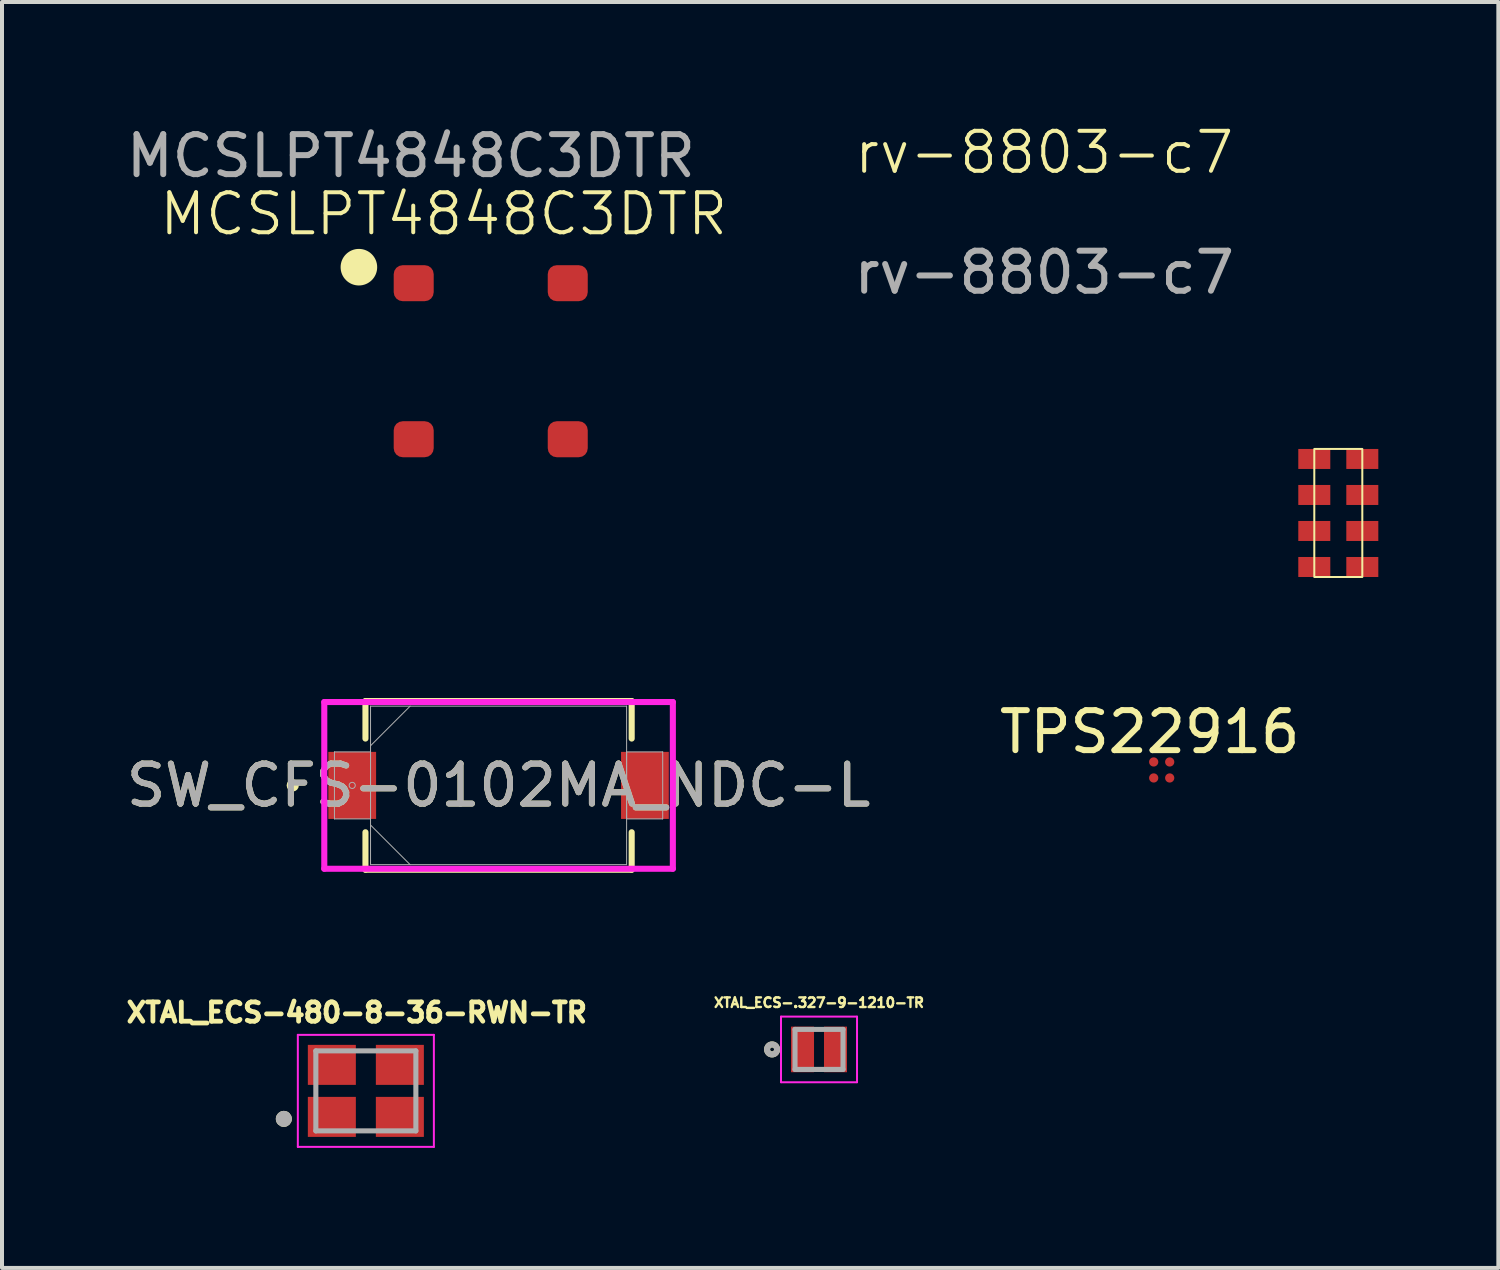
<source format=kicad_pcb>
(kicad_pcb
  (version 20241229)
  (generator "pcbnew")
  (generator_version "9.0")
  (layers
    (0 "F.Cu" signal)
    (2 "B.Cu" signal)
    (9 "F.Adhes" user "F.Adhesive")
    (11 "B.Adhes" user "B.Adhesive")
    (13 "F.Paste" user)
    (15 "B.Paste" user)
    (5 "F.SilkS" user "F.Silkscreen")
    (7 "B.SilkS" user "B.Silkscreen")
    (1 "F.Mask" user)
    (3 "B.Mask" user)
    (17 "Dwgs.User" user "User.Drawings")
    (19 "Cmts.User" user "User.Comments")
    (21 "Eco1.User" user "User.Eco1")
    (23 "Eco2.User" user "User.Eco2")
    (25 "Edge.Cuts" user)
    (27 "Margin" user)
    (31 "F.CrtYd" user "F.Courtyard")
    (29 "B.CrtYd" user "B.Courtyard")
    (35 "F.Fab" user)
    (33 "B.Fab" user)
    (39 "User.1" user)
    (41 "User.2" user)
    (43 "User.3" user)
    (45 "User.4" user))
  (footprint "XTAL_ECS-.327-9-1210-TR"
    (layer "F.Cu")
    (at 17.42 23.179)
    (property "Reference" "XTAL_ECS-.327-9-1210-TR" (at 0 -1.169 0) (layer "F.SilkS") (effects (font (size 0.24 0.24) (thickness 0.06))))
    (attr smd)
    (fp_circle (center -1.173 0) (end -1.123 0) (stroke (width 0.15) (type solid)) (fill no) (layer "F.SilkS"))
    (fp_line (start -0.95 -0.82) (end -0.95 0.82) (stroke (width 0.05) (type solid)) (layer "F.CrtYd"))
    (fp_line (start -0.95 0.82) (end 0.95 0.82) (stroke (width 0.05) (type solid)) (layer "F.CrtYd"))
    (fp_line (start 0.95 -0.82) (end -0.95 -0.82) (stroke (width 0.05) (type solid)) (layer "F.CrtYd"))
    (fp_line (start 0.95 0.82) (end 0.95 -0.82) (stroke (width 0.05) (type solid)) (layer "F.CrtYd"))
    (fp_line (start -0.6 -0.5) (end 0.6 -0.5) (stroke (width 0.127) (type solid)) (layer "F.Fab"))
    (fp_line (start -0.6 0.5) (end -0.6 -0.5) (stroke (width 0.127) (type solid)) (layer "F.Fab"))
    (fp_line (start 0.6 -0.5) (end 0.6 0.5) (stroke (width 0.127) (type solid)) (layer "F.Fab"))
    (fp_line (start 0.6 0.5) (end -0.6 0.5) (stroke (width 0.127) (type solid)) (layer "F.Fab"))
    (fp_circle (center -1.173 0) (end -1.123 0) (stroke (width 0.15) (type solid)) (fill no) (layer "F.Fab"))
    (pad "1" smd rect (at -0.412 0) (size 0.575 1.14) (layers "F.Cu" "F.Mask" "F.Paste"))
    (pad "2" smd rect (at 0.412 0) (size 0.575 1.14) (layers "F.Cu" "F.Mask" "F.Paste")))
  (footprint "TPS22916"
    (layer "F.Cu")
    (at 25.595 15.794)
    (property "Reference" "TPS22916" (at 0.09 -0.55 0) (layer "F.SilkS") (effects (font (size 1 1) (thickness 0.15))))
    (attr through_hole)
    (pad "A1" smd circle (at 0.19 0.2) (size 0.23 0.23) (layers "F.Cu" "F.Mask" "F.Paste"))
    (pad "A2" smd circle (at 0.59 0.2) (size 0.23 0.23) (layers "F.Cu" "F.Mask" "F.Paste"))
    (pad "B1" smd circle (at 0.19 0.6) (size 0.23 0.23) (layers "F.Cu" "F.Mask" "F.Paste"))
    (pad "B2" smd circle (at 0.59 0.6) (size 0.23 0.23) (layers "F.Cu" "F.Mask" "F.Paste")))
  (footprint "SW_CFS-0102MA_NDC-L"
    (layer "F.Cu")
    (at 9.411 16.58)
    (property "Reference" "SW_CFS-0102MA_NDC-L" (at 0 0 0) (unlocked yes) (layer "F.SilkS") (effects (font (size 1 1) (thickness 0.15))))
    (attr smd)
    (fp_line (start -3.327 -2.108) (end -3.327 -1.171) (stroke (width 0.152) (type solid)) (layer "F.SilkS"))
    (fp_line (start -3.327 1.171) (end -3.327 2.108) (stroke (width 0.152) (type solid)) (layer "F.SilkS"))
    (fp_line (start -3.327 2.108) (end 3.327 2.108) (stroke (width 0.152) (type solid)) (layer "F.SilkS"))
    (fp_line (start 3.327 -2.108) (end -3.327 -2.108) (stroke (width 0.152) (type solid)) (layer "F.SilkS"))
    (fp_line (start 3.327 -1.171) (end 3.327 -2.108) (stroke (width 0.152) (type solid)) (layer "F.SilkS"))
    (fp_line (start 3.327 2.108) (end 3.327 1.171) (stroke (width 0.152) (type solid)) (layer "F.SilkS"))
    (fp_circle (center -5.144 0) (end -5.067 0) (stroke (width 0.152) (type solid)) (fill no) (layer "F.SilkS"))
    (fp_line (start -4.356 -2.083) (end 4.356 -2.083) (stroke (width 0.152) (type solid)) (layer "F.CrtYd"))
    (fp_line (start -4.356 2.083) (end -4.356 -2.083) (stroke (width 0.152) (type solid)) (layer "F.CrtYd"))
    (fp_line (start 4.356 -2.083) (end 4.356 2.083) (stroke (width 0.152) (type solid)) (layer "F.CrtYd"))
    (fp_line (start 4.356 2.083) (end -4.356 2.083) (stroke (width 0.152) (type solid)) (layer "F.CrtYd"))
    (fp_line (start -4.102 -0.838) (end -4.102 0.838) (stroke (width 0.025) (type solid)) (layer "F.Fab"))
    (fp_line (start -4.102 0.838) (end -3.2 0.838) (stroke (width 0.025) (type solid)) (layer "F.Fab"))
    (fp_line (start -3.2 -1.981) (end -3.2 1.981) (stroke (width 0.025) (type solid)) (layer "F.Fab"))
    (fp_line (start -3.2 -0.991) (end -2.21 -1.981) (stroke (width 0.025) (type solid)) (layer "F.Fab"))
    (fp_line (start -3.2 -0.838) (end -4.102 -0.838) (stroke (width 0.025) (type solid)) (layer "F.Fab"))
    (fp_line (start -3.2 0.838) (end -3.2 -0.838) (stroke (width 0.025) (type solid)) (layer "F.Fab"))
    (fp_line (start -3.2 0.991) (end -2.21 1.981) (stroke (width 0.025) (type solid)) (layer "F.Fab"))
    (fp_line (start -3.2 1.981) (end 3.2 1.981) (stroke (width 0.025) (type solid)) (layer "F.Fab"))
    (fp_line (start 3.2 -1.981) (end -3.2 -1.981) (stroke (width 0.025) (type solid)) (layer "F.Fab"))
    (fp_line (start 3.2 -0.838) (end 3.2 0.838) (stroke (width 0.025) (type solid)) (layer "F.Fab"))
    (fp_line (start 3.2 0.838) (end 4.102 0.838) (stroke (width 0.025) (type solid)) (layer "F.Fab"))
    (fp_line (start 3.2 1.981) (end 3.2 -1.981) (stroke (width 0.025) (type solid)) (layer "F.Fab"))
    (fp_line (start 4.102 -0.838) (end 3.2 -0.838) (stroke (width 0.025) (type solid)) (layer "F.Fab"))
    (fp_line (start 4.102 0.838) (end 4.102 -0.838) (stroke (width 0.025) (type solid)) (layer "F.Fab"))
    (fp_circle (center -3.658 0) (end -3.581 0) (stroke (width 0.025) (type solid)) (fill no) (layer "F.Fab"))
    (fp_text user "${REFERENCE}" (at 0 0 0) (unlocked yes) (layer "F.Fab") (effects (font (size 1 1) (thickness 0.15))))
    (pad "1" smd rect (at -3.658 0) (size 1.194 1.676) (layers "F.Cu" "F.Mask" "F.Paste"))
    (pad "2" smd rect (at 3.658 0) (size 1.194 1.676) (layers "F.Cu" "F.Mask" "F.Paste"))
    (zone (net_name "") (layer "F.Cu") (hatch full 0.508) (connect_pads) (min_thickness 0.254) (filled_areas_thickness no) (keepout (tracks not_allowed) (vias not_allowed) (pads allowed) (copperpour not_allowed) (footprints allowed)) (placement (enabled no)) (fill) (polygon (pts (xy 6.401 14.649) (xy 12.421 14.649) (xy 12.421 18.51) (xy 6.401 18.51)))))
  (footprint "rv-8803-c7"
    (layer "F.Cu")
    (at 29.799 8.421)
    (property "Reference" "rv-8803-c7" (at -6.75 -7.66 0) (unlocked yes) (layer "F.SilkS") (effects (font (size 1 1) (thickness 0.1))))
    (attr smd)
    (fp_rect (start 0 -0.25) (end 1.2 2.95) (stroke (width 0.05) (type default)) (fill no) (layer "F.SilkS"))
    (fp_text user "${REFERENCE}" (at -6.75 -4.66 0) (unlocked yes) (layer "F.Fab") (effects (font (size 1 1) (thickness 0.15))))
    (pad "1" smd rect (at 0 0) (size 0.8 0.5) (layers "F.Cu" "F.Mask" "F.Paste"))
    (pad "2" smd rect (at 0 0.9) (size 0.8 0.5) (layers "F.Cu" "F.Mask" "F.Paste"))
    (pad "3" smd rect (at 0 1.8) (size 0.8 0.5) (layers "F.Cu" "F.Mask" "F.Paste"))
    (pad "4" smd rect (at 0 2.7) (size 0.8 0.5) (layers "F.Cu" "F.Mask" "F.Paste"))
    (pad "5" smd rect (at 1.2 2.7) (size 0.8 0.5) (layers "F.Cu" "F.Mask" "F.Paste"))
    (pad "6" smd rect (at 1.2 1.8) (size 0.8 0.5) (layers "F.Cu" "F.Mask" "F.Paste"))
    (pad "7" smd rect (at 1.2 0.9) (size 0.8 0.5) (layers "F.Cu" "F.Mask" "F.Paste"))
    (pad "8" smd rect (at 1.2 0) (size 0.8 0.5) (layers "F.Cu" "F.Mask" "F.Paste")))
  (footprint "XTAL_ECS-480-8-36-RWN-TR"
    (layer "F.Cu")
    (at 6.094 24.215)
    (property "Reference" "XTAL_ECS-480-8-36-RWN-TR" (at -0.226 -1.958 180) (layer "F.SilkS") (effects (font (size 0.481 0.481) (thickness 0.12))))
    (attr smd)
    (fp_circle (center -2.05 0.7) (end -1.95 0.7) (stroke (width 0.2) (type solid)) (fill no) (layer "F.SilkS"))
    (fp_line (start -1.7 -1.4) (end -1.7 1.4) (stroke (width 0.05) (type solid)) (layer "F.CrtYd"))
    (fp_line (start -1.7 1.4) (end 1.7 1.4) (stroke (width 0.05) (type solid)) (layer "F.CrtYd"))
    (fp_line (start 1.7 -1.4) (end -1.7 -1.4) (stroke (width 0.05) (type solid)) (layer "F.CrtYd"))
    (fp_line (start 1.7 1.4) (end 1.7 -1.4) (stroke (width 0.05) (type solid)) (layer "F.CrtYd"))
    (fp_line (start -1.25 -1) (end -1.25 1) (stroke (width 0.127) (type solid)) (layer "F.Fab"))
    (fp_line (start -1.25 1) (end 1.25 1) (stroke (width 0.127) (type solid)) (layer "F.Fab"))
    (fp_line (start 1.25 -1) (end -1.25 -1) (stroke (width 0.127) (type solid)) (layer "F.Fab"))
    (fp_line (start 1.25 1) (end 1.25 -1) (stroke (width 0.127) (type solid)) (layer "F.Fab"))
    (fp_circle (center -2.05 0.7) (end -1.95 0.7) (stroke (width 0.2) (type solid)) (fill no) (layer "F.Fab"))
    (pad "1" smd rect (at -0.85 0.65 90) (size 1 1.2) (layers "F.Cu" "F.Mask" "F.Paste"))
    (pad "2" smd rect (at 0.85 0.65 90) (size 1 1.2) (layers "F.Cu" "F.Mask" "F.Paste"))
    (pad "3" smd rect (at 0.85 -0.65 90) (size 1 1.2) (layers "F.Cu" "F.Mask" "F.Paste"))
    (pad "4" smd rect (at -0.85 -0.65 90) (size 1 1.2) (layers "F.Cu" "F.Mask" "F.Paste")))
  (footprint "MCSLPT4848C3DTR"
    (layer "F.Cu")
    (at 7.29 4.028)
    (property "Reference" "MCSLPT4848C3DTR" (at 0.75 -1.73 0) (unlocked yes) (layer "F.SilkS") (effects (font (size 1 1) (thickness 0.1))))
    (attr smd)
    (fp_circle (center -1.37 -0.4) (end -0.963 -0.4) (stroke (width 0.1) (type solid)) (fill yes) (layer "F.SilkS"))
    (fp_text user "${REFERENCE}" (at -0.07 -3.18 0) (unlocked yes) (layer "F.Fab") (effects (font (size 1 1) (thickness 0.15))))
    (pad "1" smd roundrect (at 0 0) (size 1 0.9) (layers "F.Cu" "F.Mask" "F.Paste") (roundrect_rratio 0.25))
    (pad "2" smd roundrect (at 0 3.9) (size 1 0.9) (layers "F.Cu" "F.Mask" "F.Paste") (roundrect_rratio 0.25))
    (pad "3" smd roundrect (at 3.85 0) (size 1 0.9) (layers "F.Cu" "F.Mask" "F.Paste") (roundrect_rratio 0.25))
    (pad "4" smd roundrect (at 3.85 3.9) (size 1 0.9) (layers "F.Cu" "F.Mask" "F.Paste") (roundrect_rratio 0.25)))
  (gr_rect
    (start -3 -3)
    (end 34.399 28.64)
    (stroke (width 0.1) (type default))
    (fill no)
    (layer "Edge.Cuts")))
</source>
